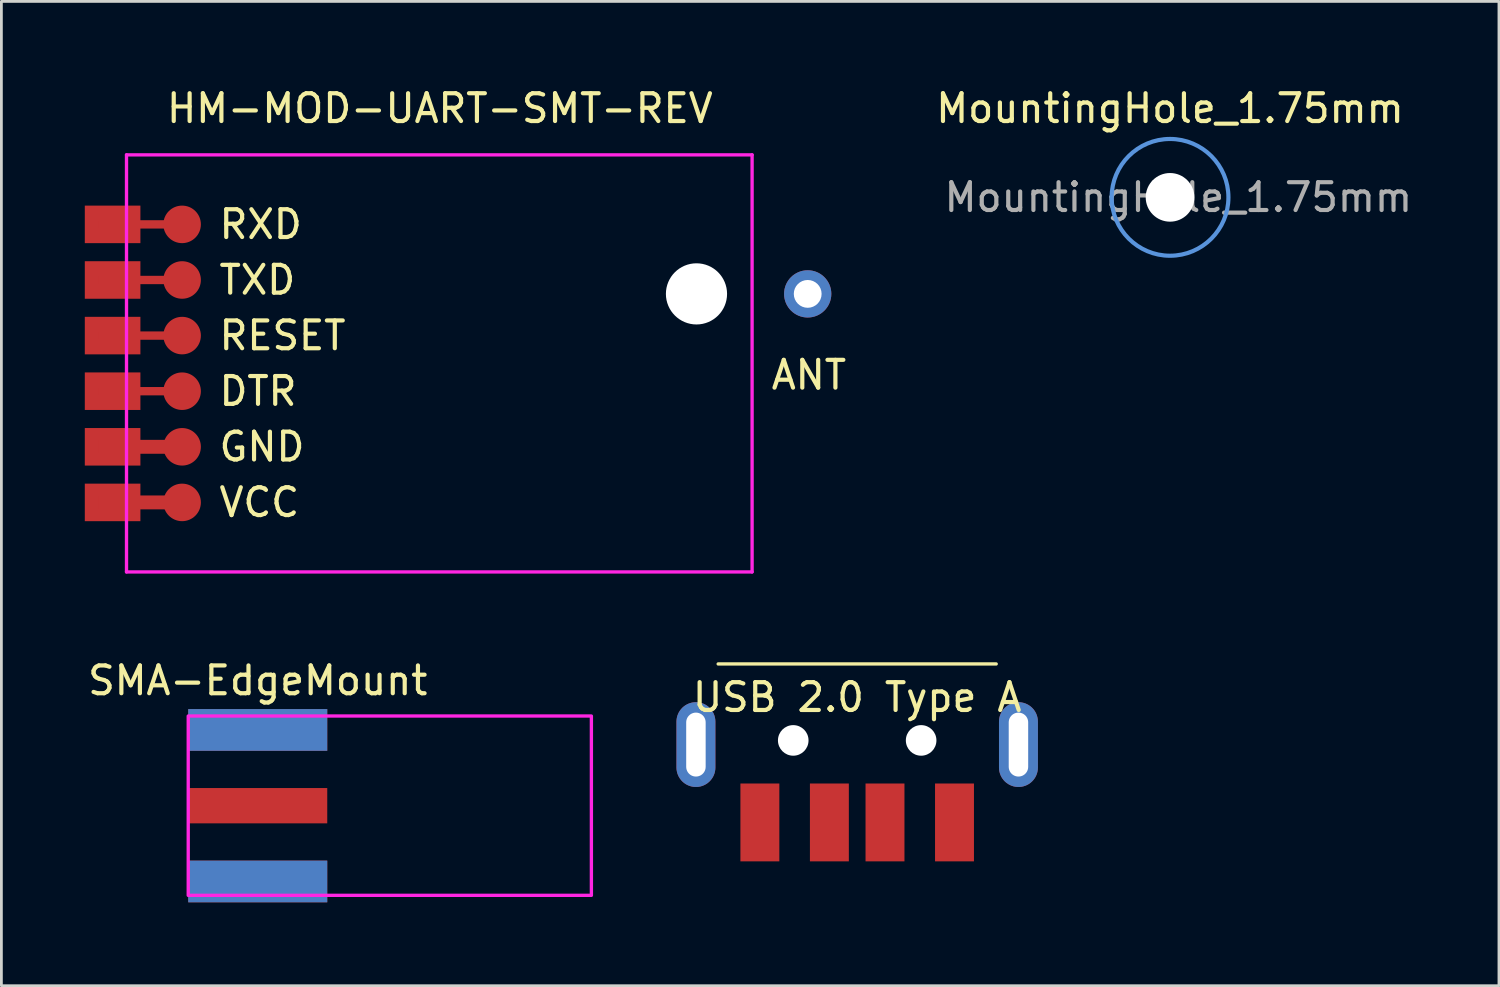
<source format=kicad_pcb>
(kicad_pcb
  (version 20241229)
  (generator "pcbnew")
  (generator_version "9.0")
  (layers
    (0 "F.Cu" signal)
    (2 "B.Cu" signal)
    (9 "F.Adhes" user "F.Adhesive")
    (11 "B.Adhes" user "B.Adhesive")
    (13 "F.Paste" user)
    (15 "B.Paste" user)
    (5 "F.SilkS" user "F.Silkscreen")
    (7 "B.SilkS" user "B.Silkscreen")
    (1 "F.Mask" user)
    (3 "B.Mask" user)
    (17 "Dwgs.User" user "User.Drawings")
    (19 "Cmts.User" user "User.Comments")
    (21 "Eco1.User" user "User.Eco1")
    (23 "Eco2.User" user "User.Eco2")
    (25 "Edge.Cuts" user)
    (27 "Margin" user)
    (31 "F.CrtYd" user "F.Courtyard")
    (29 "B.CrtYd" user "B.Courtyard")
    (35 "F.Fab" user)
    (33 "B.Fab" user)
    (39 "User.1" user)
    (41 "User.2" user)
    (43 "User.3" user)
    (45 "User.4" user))
  (footprint "USB 2.0 Type A"
    (layer "F.Cu")
    (at 27.78 20.83)
    (property "Reference" "USB 2.0 Type A" (at 0 1.2 0) (unlocked yes) (layer "F.SilkS") (effects (font (size 1 1) (thickness 0.15))))
    (attr through_hole)
    (fp_line (start -5 0) (end 5 0) (stroke (width 0.12) (type solid)) (layer "F.SilkS"))
    (pad "" np_thru_hole circle (at -2.3 2.75) (size 1.1 1.1) (drill 1.1) (layers "*.Cu" "*.Mask"))
    (pad "" np_thru_hole circle (at 2.3 2.75) (size 1.1 1.1) (drill 1.1) (layers "*.Cu" "*.Mask"))
    (pad "1" smd rect (at -3.5 5.7) (size 1.4 2.8) (layers "F.Cu" "F.Mask" "F.Paste"))
    (pad "2" smd rect (at -1 5.7) (size 1.4 2.8) (layers "F.Cu" "F.Mask" "F.Paste"))
    (pad "3" smd rect (at 1 5.7) (size 1.4 2.8) (layers "F.Cu" "F.Mask" "F.Paste"))
    (pad "4" smd rect (at 3.5 5.7) (size 1.4 2.8) (layers "F.Cu" "F.Mask" "F.Paste"))
    (pad "5" thru_hole oval (at -5.8 2.9) (size 1.4 3.05) (drill oval 0.7 2.3) (layers "*.Cu" "*.Mask"))
    (pad "5" thru_hole oval (at 5.8 2.9) (size 1.4 3.05) (drill oval 0.7 2.3) (layers "*.Cu" "*.Mask")))
  (footprint "MountingHole_1.75mm"
    (layer "F.Cu")
    (at 39.032 4.048)
    (property "Reference" "MountingHole_1.75mm" (at 0 -3.2 0) (layer "F.SilkS") (effects (font (size 1 1) (thickness 0.15))))
    (attr exclude_from_pos_files exclude_from_bom)
    (fp_circle (center 0 0) (end 2.1 0) (stroke (width 0.15) (type solid)) (fill no) (layer "Cmts.User"))
    (fp_circle (center 0 0) (end 2.1 0) (stroke (width 0.05) (type solid)) (fill no) (layer "F.CrtYd"))
    (fp_text user "${REFERENCE}" (at 0.3 0 0) (layer "F.Fab") (effects (font (size 1 1) (thickness 0.15))))
    (pad "" np_thru_hole circle (at 0 0) (size 1.75 1.75) (drill 1.75) (layers "*.Cu" "*.Mask")))
  (footprint "HM-MOD-UART-SMT-REV"
    (layer "F.Cu")
    (at 12.75 10.02)
    (property "Reference" "HM-MOD-UART-SMT-REV" (at 0.02 -9.172 0) (layer "F.SilkS") (effects (font (size 1 1) (thickness 0.15))))
    (attr through_hole)
    (fp_line (start -11.25 -7.5) (end -11.25 7.5) (stroke (width 0.12) (type solid)) (layer "F.CrtYd"))
    (fp_line (start -11.25 -7.5) (end 11.25 -7.5) (stroke (width 0.12) (type solid)) (layer "F.CrtYd"))
    (fp_line (start -11.25 7.5) (end 11.25 7.5) (stroke (width 0.12) (type solid)) (layer "F.CrtYd"))
    (fp_line (start 11.25 -7.5) (end 11.25 7.5) (stroke (width 0.12) (type solid)) (layer "F.CrtYd"))
    (fp_text user "DTR" (at -8 1 0) (layer "F.SilkS") (effects (font (size 1 1) (thickness 0.15)) (justify left)))
    (fp_text user "TXD" (at -8 -3 0) (layer "F.SilkS") (effects (font (size 1 1) (thickness 0.15)) (justify left)))
    (fp_text user "RXD" (at -8 -5 0) (layer "F.SilkS") (effects (font (size 1 1) (thickness 0.15)) (justify left)))
    (fp_text user "ANT" (at 13.294 0.417 0) (layer "F.SilkS") (effects (font (size 1 1) (thickness 0.15))))
    (fp_text user "RESET" (at -8 -1 0) (layer "F.SilkS") (effects (font (size 1 1) (thickness 0.15)) (justify left)))
    (fp_text user "GND" (at -8 3 0) (layer "F.SilkS") (effects (font (size 1 1) (thickness 0.15)) (justify left)))
    (fp_text user "VCC" (at -8 5 0) (layer "F.SilkS") (effects (font (size 1 1) (thickness 0.15)) (justify left)))
    (pad "" np_thru_hole circle (at 9.25 -2.5) (size 2.2 2.2) (drill 2.2) (layers "*.Cu" "*.Mask"))
    (pad "1" smd rect (at -11.75 5) (size 2 1.35) (layers "F.Cu" "F.Mask" "F.Paste"))
    (pad "1" smd rect (at -10.75 5) (size 3 0.5) (layers "F.Cu"))
    (pad "1" smd circle (at -9.25 5) (size 1.35 1.35) (layers "F.Cu" "F.Mask" "F.Paste"))
    (pad "2" smd rect (at -11.75 3) (size 2 1.35) (layers "F.Cu" "F.Mask" "F.Paste"))
    (pad "2" smd rect (at -10.75 3) (size 3 0.5) (layers "F.Cu"))
    (pad "2" smd circle (at -9.25 3) (size 1.35 1.35) (layers "F.Cu" "F.Mask" "F.Paste"))
    (pad "3" smd rect (at -11.75 1) (size 2 1.35) (layers "F.Cu" "F.Mask" "F.Paste"))
    (pad "3" smd rect (at -10.75 1) (size 3 0.3) (layers "F.Cu"))
    (pad "3" smd circle (at -9.25 1) (size 1.35 1.35) (layers "F.Cu" "F.Mask" "F.Paste"))
    (pad "4" smd rect (at -11.75 -1) (size 2 1.35) (layers "F.Cu" "F.Mask" "F.Paste"))
    (pad "4" smd rect (at -10.75 -1) (size 3 0.3) (layers "F.Cu"))
    (pad "4" smd circle (at -9.25 -1) (size 1.35 1.35) (layers "F.Cu" "F.Mask" "F.Paste"))
    (pad "5" smd rect (at -11.75 -3) (size 2 1.35) (layers "F.Cu" "F.Mask" "F.Paste"))
    (pad "5" smd rect (at -10.75 -3) (size 3 0.3) (layers "F.Cu"))
    (pad "5" smd circle (at -9.25 -3) (size 1.35 1.35) (layers "F.Cu" "F.Mask" "F.Paste"))
    (pad "6" smd rect (at -11.75 -5) (size 2 1.35) (layers "F.Cu" "F.Mask" "F.Paste"))
    (pad "6" smd rect (at -10.75 -5) (size 3 0.3) (layers "F.Cu"))
    (pad "6" smd circle (at -9.25 -5) (size 1.35 1.35) (layers "F.Cu" "F.Mask" "F.Paste"))
    (pad "7" thru_hole circle (at 13.25 -2.5) (size 1.7 1.7) (drill 1) (layers "*.Cu" "*.Mask")))
  (footprint "SMA-EdgeMount"
    (layer "F.Cu")
    (at 6.22 25.928)
    (property "Reference" "SMA-EdgeMount" (at 0 -4.5 0) (unlocked yes) (layer "F.SilkS") (effects (font (size 1 1) (thickness 0.15))))
    (attr smd)
    (fp_rect (start -2.5 -3.225) (end 12 3.225) (stroke (width 0.12) (type solid)) (fill no) (layer "F.CrtYd"))
    (pad "1" smd rect (at 0 0) (size 5 1.27) (layers "F.Cu" "F.Mask" "F.Paste"))
    (pad "2" smd rect (at 0 -2.725) (size 5 1.5) (layers "F.Cu" "F.Mask" "F.Paste"))
    (pad "2" smd rect (at 0 -2.725) (size 5 1.5) (layers "B.Cu" "B.Mask" "B.Paste"))
    (pad "2" smd rect (at 0 2.725) (size 5 1.5) (layers "F.Cu" "F.Mask" "F.Paste"))
    (pad "2" smd rect (at 0 2.725) (size 5 1.5) (layers "B.Cu" "B.Mask" "B.Paste")))
  (gr_rect
    (start -3 -3)
    (end 50.862 32.403)
    (stroke (width 0.1) (type default))
    (fill no)
    (layer "Edge.Cuts")))
</source>
